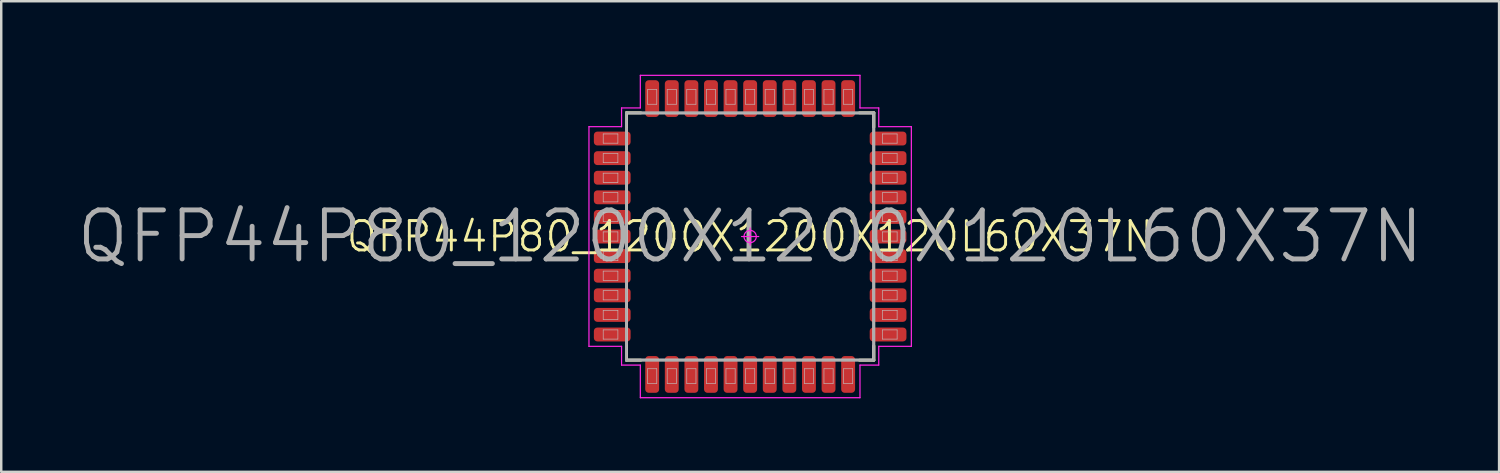
<source format=kicad_pcb>
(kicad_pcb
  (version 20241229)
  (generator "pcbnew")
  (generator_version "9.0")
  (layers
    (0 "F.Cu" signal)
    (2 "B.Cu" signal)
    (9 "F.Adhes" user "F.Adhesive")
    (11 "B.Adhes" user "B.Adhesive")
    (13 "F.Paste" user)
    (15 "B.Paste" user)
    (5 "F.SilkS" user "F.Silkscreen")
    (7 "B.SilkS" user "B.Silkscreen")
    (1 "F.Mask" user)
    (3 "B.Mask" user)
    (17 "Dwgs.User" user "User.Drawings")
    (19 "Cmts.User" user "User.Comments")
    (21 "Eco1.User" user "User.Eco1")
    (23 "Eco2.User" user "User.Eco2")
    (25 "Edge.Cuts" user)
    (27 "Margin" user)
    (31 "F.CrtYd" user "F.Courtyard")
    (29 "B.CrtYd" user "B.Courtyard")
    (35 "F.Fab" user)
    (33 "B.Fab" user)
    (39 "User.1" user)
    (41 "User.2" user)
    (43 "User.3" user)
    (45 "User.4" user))
  (footprint "QFP44P80_1200X1200X120L60X37N"
    (layer "F.Cu")
    (at 27.576 6.606)
    (property "Reference" "QFP44P80_1200X1200X120L60X37N" (at 0 0 0) (layer "F.SilkS") (effects (font (size 1.2 1.2) (thickness 0.12))))
    (attr smd)
    (fp_line (start -5.05 -5.05) (end -5.05 -4.464) (stroke (width 0.12) (type solid)) (layer "F.SilkS"))
    (fp_line (start -5.05 5.05) (end -5.05 4.464) (stroke (width 0.12) (type solid)) (layer "F.SilkS"))
    (fp_line (start -4.464 -5.05) (end -5.05 -5.05) (stroke (width 0.12) (type solid)) (layer "F.SilkS"))
    (fp_line (start -4.464 5.05) (end -5.05 5.05) (stroke (width 0.12) (type solid)) (layer "F.SilkS"))
    (fp_line (start 4.464 -5.05) (end 5.05 -5.05) (stroke (width 0.12) (type solid)) (layer "F.SilkS"))
    (fp_line (start 4.464 5.05) (end 5.05 5.05) (stroke (width 0.12) (type solid)) (layer "F.SilkS"))
    (fp_line (start 5.05 -5.05) (end 5.05 -4.464) (stroke (width 0.12) (type solid)) (layer "F.SilkS"))
    (fp_line (start 5.05 5.05) (end 5.05 4.464) (stroke (width 0.12) (type solid)) (layer "F.SilkS"))
    (fp_line (start -6 -4.188) (end -5.4 -4.188) (stroke (width 0.025) (type solid)) (layer "Dwgs.User"))
    (fp_line (start -6 -3.812) (end -6 -4.188) (stroke (width 0.025) (type solid)) (layer "Dwgs.User"))
    (fp_line (start -6 -3.388) (end -5.4 -3.388) (stroke (width 0.025) (type solid)) (layer "Dwgs.User"))
    (fp_line (start -6 -3.013) (end -6 -3.388) (stroke (width 0.025) (type solid)) (layer "Dwgs.User"))
    (fp_line (start -6 -2.587) (end -5.4 -2.587) (stroke (width 0.025) (type solid)) (layer "Dwgs.User"))
    (fp_line (start -6 -2.212) (end -6 -2.587) (stroke (width 0.025) (type solid)) (layer "Dwgs.User"))
    (fp_line (start -6 -1.788) (end -5.4 -1.788) (stroke (width 0.025) (type solid)) (layer "Dwgs.User"))
    (fp_line (start -6 -1.413) (end -6 -1.788) (stroke (width 0.025) (type solid)) (layer "Dwgs.User"))
    (fp_line (start -6 -0.988) (end -5.4 -0.988) (stroke (width 0.025) (type solid)) (layer "Dwgs.User"))
    (fp_line (start -6 -0.613) (end -6 -0.988) (stroke (width 0.025) (type solid)) (layer "Dwgs.User"))
    (fp_line (start -6 -0.188) (end -5.4 -0.188) (stroke (width 0.025) (type solid)) (layer "Dwgs.User"))
    (fp_line (start -6 0.188) (end -6 -0.188) (stroke (width 0.025) (type solid)) (layer "Dwgs.User"))
    (fp_line (start -6 0.613) (end -5.4 0.613) (stroke (width 0.025) (type solid)) (layer "Dwgs.User"))
    (fp_line (start -6 0.988) (end -6 0.613) (stroke (width 0.025) (type solid)) (layer "Dwgs.User"))
    (fp_line (start -6 1.413) (end -5.4 1.413) (stroke (width 0.025) (type solid)) (layer "Dwgs.User"))
    (fp_line (start -6 1.788) (end -6 1.413) (stroke (width 0.025) (type solid)) (layer "Dwgs.User"))
    (fp_line (start -6 2.212) (end -5.4 2.212) (stroke (width 0.025) (type solid)) (layer "Dwgs.User"))
    (fp_line (start -6 2.587) (end -6 2.212) (stroke (width 0.025) (type solid)) (layer "Dwgs.User"))
    (fp_line (start -6 3.013) (end -5.4 3.013) (stroke (width 0.025) (type solid)) (layer "Dwgs.User"))
    (fp_line (start -6 3.388) (end -6 3.013) (stroke (width 0.025) (type solid)) (layer "Dwgs.User"))
    (fp_line (start -6 3.812) (end -5.4 3.812) (stroke (width 0.025) (type solid)) (layer "Dwgs.User"))
    (fp_line (start -6 4.188) (end -6 3.812) (stroke (width 0.025) (type solid)) (layer "Dwgs.User"))
    (fp_line (start -5.4 -4.188) (end -5.4 -3.812) (stroke (width 0.025) (type solid)) (layer "Dwgs.User"))
    (fp_line (start -5.4 -3.812) (end -6 -3.812) (stroke (width 0.025) (type solid)) (layer "Dwgs.User"))
    (fp_line (start -5.4 -3.388) (end -5.4 -3.013) (stroke (width 0.025) (type solid)) (layer "Dwgs.User"))
    (fp_line (start -5.4 -3.013) (end -6 -3.013) (stroke (width 0.025) (type solid)) (layer "Dwgs.User"))
    (fp_line (start -5.4 -2.587) (end -5.4 -2.212) (stroke (width 0.025) (type solid)) (layer "Dwgs.User"))
    (fp_line (start -5.4 -2.212) (end -6 -2.212) (stroke (width 0.025) (type solid)) (layer "Dwgs.User"))
    (fp_line (start -5.4 -1.788) (end -5.4 -1.413) (stroke (width 0.025) (type solid)) (layer "Dwgs.User"))
    (fp_line (start -5.4 -1.413) (end -6 -1.413) (stroke (width 0.025) (type solid)) (layer "Dwgs.User"))
    (fp_line (start -5.4 -0.988) (end -5.4 -0.613) (stroke (width 0.025) (type solid)) (layer "Dwgs.User"))
    (fp_line (start -5.4 -0.613) (end -6 -0.613) (stroke (width 0.025) (type solid)) (layer "Dwgs.User"))
    (fp_line (start -5.4 -0.188) (end -5.4 0.188) (stroke (width 0.025) (type solid)) (layer "Dwgs.User"))
    (fp_line (start -5.4 0.188) (end -6 0.188) (stroke (width 0.025) (type solid)) (layer "Dwgs.User"))
    (fp_line (start -5.4 0.613) (end -5.4 0.988) (stroke (width 0.025) (type solid)) (layer "Dwgs.User"))
    (fp_line (start -5.4 0.988) (end -6 0.988) (stroke (width 0.025) (type solid)) (layer "Dwgs.User"))
    (fp_line (start -5.4 1.413) (end -5.4 1.788) (stroke (width 0.025) (type solid)) (layer "Dwgs.User"))
    (fp_line (start -5.4 1.788) (end -6 1.788) (stroke (width 0.025) (type solid)) (layer "Dwgs.User"))
    (fp_line (start -5.4 2.212) (end -5.4 2.587) (stroke (width 0.025) (type solid)) (layer "Dwgs.User"))
    (fp_line (start -5.4 2.587) (end -6 2.587) (stroke (width 0.025) (type solid)) (layer "Dwgs.User"))
    (fp_line (start -5.4 3.013) (end -5.4 3.388) (stroke (width 0.025) (type solid)) (layer "Dwgs.User"))
    (fp_line (start -5.4 3.388) (end -6 3.388) (stroke (width 0.025) (type solid)) (layer "Dwgs.User"))
    (fp_line (start -5.4 3.812) (end -5.4 4.188) (stroke (width 0.025) (type solid)) (layer "Dwgs.User"))
    (fp_line (start -5.4 4.188) (end -6 4.188) (stroke (width 0.025) (type solid)) (layer "Dwgs.User"))
    (fp_line (start -5 -5) (end 5 -5) (stroke (width 0.025) (type solid)) (layer "Dwgs.User"))
    (fp_line (start -5 5) (end -5 -5) (stroke (width 0.025) (type solid)) (layer "Dwgs.User"))
    (fp_line (start -4.188 -6) (end -3.812 -6) (stroke (width 0.025) (type solid)) (layer "Dwgs.User"))
    (fp_line (start -4.188 -5.4) (end -4.188 -6) (stroke (width 0.025) (type solid)) (layer "Dwgs.User"))
    (fp_line (start -4.188 5.4) (end -3.812 5.4) (stroke (width 0.025) (type solid)) (layer "Dwgs.User"))
    (fp_line (start -4.188 6) (end -4.188 5.4) (stroke (width 0.025) (type solid)) (layer "Dwgs.User"))
    (fp_line (start -3.812 -6) (end -3.812 -5.4) (stroke (width 0.025) (type solid)) (layer "Dwgs.User"))
    (fp_line (start -3.812 -5.4) (end -4.188 -5.4) (stroke (width 0.025) (type solid)) (layer "Dwgs.User"))
    (fp_line (start -3.812 5.4) (end -3.812 6) (stroke (width 0.025) (type solid)) (layer "Dwgs.User"))
    (fp_line (start -3.812 6) (end -4.188 6) (stroke (width 0.025) (type solid)) (layer "Dwgs.User"))
    (fp_line (start -3.388 -6) (end -3.013 -6) (stroke (width 0.025) (type solid)) (layer "Dwgs.User"))
    (fp_line (start -3.388 -5.4) (end -3.388 -6) (stroke (width 0.025) (type solid)) (layer "Dwgs.User"))
    (fp_line (start -3.388 5.4) (end -3.013 5.4) (stroke (width 0.025) (type solid)) (layer "Dwgs.User"))
    (fp_line (start -3.388 6) (end -3.388 5.4) (stroke (width 0.025) (type solid)) (layer "Dwgs.User"))
    (fp_line (start -3.013 -6) (end -3.013 -5.4) (stroke (width 0.025) (type solid)) (layer "Dwgs.User"))
    (fp_line (start -3.013 -5.4) (end -3.388 -5.4) (stroke (width 0.025) (type solid)) (layer "Dwgs.User"))
    (fp_line (start -3.013 5.4) (end -3.013 6) (stroke (width 0.025) (type solid)) (layer "Dwgs.User"))
    (fp_line (start -3.013 6) (end -3.388 6) (stroke (width 0.025) (type solid)) (layer "Dwgs.User"))
    (fp_line (start -2.587 -6) (end -2.212 -6) (stroke (width 0.025) (type solid)) (layer "Dwgs.User"))
    (fp_line (start -2.587 -5.4) (end -2.587 -6) (stroke (width 0.025) (type solid)) (layer "Dwgs.User"))
    (fp_line (start -2.587 5.4) (end -2.212 5.4) (stroke (width 0.025) (type solid)) (layer "Dwgs.User"))
    (fp_line (start -2.587 6) (end -2.587 5.4) (stroke (width 0.025) (type solid)) (layer "Dwgs.User"))
    (fp_line (start -2.212 -6) (end -2.212 -5.4) (stroke (width 0.025) (type solid)) (layer "Dwgs.User"))
    (fp_line (start -2.212 -5.4) (end -2.587 -5.4) (stroke (width 0.025) (type solid)) (layer "Dwgs.User"))
    (fp_line (start -2.212 5.4) (end -2.212 6) (stroke (width 0.025) (type solid)) (layer "Dwgs.User"))
    (fp_line (start -2.212 6) (end -2.587 6) (stroke (width 0.025) (type solid)) (layer "Dwgs.User"))
    (fp_line (start -1.788 -6) (end -1.413 -6) (stroke (width 0.025) (type solid)) (layer "Dwgs.User"))
    (fp_line (start -1.788 -5.4) (end -1.788 -6) (stroke (width 0.025) (type solid)) (layer "Dwgs.User"))
    (fp_line (start -1.788 5.4) (end -1.413 5.4) (stroke (width 0.025) (type solid)) (layer "Dwgs.User"))
    (fp_line (start -1.788 6) (end -1.788 5.4) (stroke (width 0.025) (type solid)) (layer "Dwgs.User"))
    (fp_line (start -1.413 -6) (end -1.413 -5.4) (stroke (width 0.025) (type solid)) (layer "Dwgs.User"))
    (fp_line (start -1.413 -5.4) (end -1.788 -5.4) (stroke (width 0.025) (type solid)) (layer "Dwgs.User"))
    (fp_line (start -1.413 5.4) (end -1.413 6) (stroke (width 0.025) (type solid)) (layer "Dwgs.User"))
    (fp_line (start -1.413 6) (end -1.788 6) (stroke (width 0.025) (type solid)) (layer "Dwgs.User"))
    (fp_line (start -0.988 -6) (end -0.613 -6) (stroke (width 0.025) (type solid)) (layer "Dwgs.User"))
    (fp_line (start -0.988 -5.4) (end -0.988 -6) (stroke (width 0.025) (type solid)) (layer "Dwgs.User"))
    (fp_line (start -0.988 5.4) (end -0.613 5.4) (stroke (width 0.025) (type solid)) (layer "Dwgs.User"))
    (fp_line (start -0.988 6) (end -0.988 5.4) (stroke (width 0.025) (type solid)) (layer "Dwgs.User"))
    (fp_line (start -0.613 -6) (end -0.613 -5.4) (stroke (width 0.025) (type solid)) (layer "Dwgs.User"))
    (fp_line (start -0.613 -5.4) (end -0.988 -5.4) (stroke (width 0.025) (type solid)) (layer "Dwgs.User"))
    (fp_line (start -0.613 5.4) (end -0.613 6) (stroke (width 0.025) (type solid)) (layer "Dwgs.User"))
    (fp_line (start -0.613 6) (end -0.988 6) (stroke (width 0.025) (type solid)) (layer "Dwgs.User"))
    (fp_line (start -0.188 -6) (end 0.188 -6) (stroke (width 0.025) (type solid)) (layer "Dwgs.User"))
    (fp_line (start -0.188 -5.4) (end -0.188 -6) (stroke (width 0.025) (type solid)) (layer "Dwgs.User"))
    (fp_line (start -0.188 5.4) (end 0.188 5.4) (stroke (width 0.025) (type solid)) (layer "Dwgs.User"))
    (fp_line (start -0.188 6) (end -0.188 5.4) (stroke (width 0.025) (type solid)) (layer "Dwgs.User"))
    (fp_line (start 0.188 -6) (end 0.188 -5.4) (stroke (width 0.025) (type solid)) (layer "Dwgs.User"))
    (fp_line (start 0.188 -5.4) (end -0.188 -5.4) (stroke (width 0.025) (type solid)) (layer "Dwgs.User"))
    (fp_line (start 0.188 5.4) (end 0.188 6) (stroke (width 0.025) (type solid)) (layer "Dwgs.User"))
    (fp_line (start 0.188 6) (end -0.188 6) (stroke (width 0.025) (type solid)) (layer "Dwgs.User"))
    (fp_line (start 0.613 -6) (end 0.988 -6) (stroke (width 0.025) (type solid)) (layer "Dwgs.User"))
    (fp_line (start 0.613 -5.4) (end 0.613 -6) (stroke (width 0.025) (type solid)) (layer "Dwgs.User"))
    (fp_line (start 0.613 5.4) (end 0.988 5.4) (stroke (width 0.025) (type solid)) (layer "Dwgs.User"))
    (fp_line (start 0.613 6) (end 0.613 5.4) (stroke (width 0.025) (type solid)) (layer "Dwgs.User"))
    (fp_line (start 0.988 -6) (end 0.988 -5.4) (stroke (width 0.025) (type solid)) (layer "Dwgs.User"))
    (fp_line (start 0.988 -5.4) (end 0.613 -5.4) (stroke (width 0.025) (type solid)) (layer "Dwgs.User"))
    (fp_line (start 0.988 5.4) (end 0.988 6) (stroke (width 0.025) (type solid)) (layer "Dwgs.User"))
    (fp_line (start 0.988 6) (end 0.613 6) (stroke (width 0.025) (type solid)) (layer "Dwgs.User"))
    (fp_line (start 1.413 -6) (end 1.788 -6) (stroke (width 0.025) (type solid)) (layer "Dwgs.User"))
    (fp_line (start 1.413 -5.4) (end 1.413 -6) (stroke (width 0.025) (type solid)) (layer "Dwgs.User"))
    (fp_line (start 1.413 5.4) (end 1.788 5.4) (stroke (width 0.025) (type solid)) (layer "Dwgs.User"))
    (fp_line (start 1.413 6) (end 1.413 5.4) (stroke (width 0.025) (type solid)) (layer "Dwgs.User"))
    (fp_line (start 1.788 -6) (end 1.788 -5.4) (stroke (width 0.025) (type solid)) (layer "Dwgs.User"))
    (fp_line (start 1.788 -5.4) (end 1.413 -5.4) (stroke (width 0.025) (type solid)) (layer "Dwgs.User"))
    (fp_line (start 1.788 5.4) (end 1.788 6) (stroke (width 0.025) (type solid)) (layer "Dwgs.User"))
    (fp_line (start 1.788 6) (end 1.413 6) (stroke (width 0.025) (type solid)) (layer "Dwgs.User"))
    (fp_line (start 2.212 -6) (end 2.587 -6) (stroke (width 0.025) (type solid)) (layer "Dwgs.User"))
    (fp_line (start 2.212 -5.4) (end 2.212 -6) (stroke (width 0.025) (type solid)) (layer "Dwgs.User"))
    (fp_line (start 2.212 5.4) (end 2.587 5.4) (stroke (width 0.025) (type solid)) (layer "Dwgs.User"))
    (fp_line (start 2.212 6) (end 2.212 5.4) (stroke (width 0.025) (type solid)) (layer "Dwgs.User"))
    (fp_line (start 2.587 -6) (end 2.587 -5.4) (stroke (width 0.025) (type solid)) (layer "Dwgs.User"))
    (fp_line (start 2.587 -5.4) (end 2.212 -5.4) (stroke (width 0.025) (type solid)) (layer "Dwgs.User"))
    (fp_line (start 2.587 5.4) (end 2.587 6) (stroke (width 0.025) (type solid)) (layer "Dwgs.User"))
    (fp_line (start 2.587 6) (end 2.212 6) (stroke (width 0.025) (type solid)) (layer "Dwgs.User"))
    (fp_line (start 3.013 -6) (end 3.388 -6) (stroke (width 0.025) (type solid)) (layer "Dwgs.User"))
    (fp_line (start 3.013 -5.4) (end 3.013 -6) (stroke (width 0.025) (type solid)) (layer "Dwgs.User"))
    (fp_line (start 3.013 5.4) (end 3.388 5.4) (stroke (width 0.025) (type solid)) (layer "Dwgs.User"))
    (fp_line (start 3.013 6) (end 3.013 5.4) (stroke (width 0.025) (type solid)) (layer "Dwgs.User"))
    (fp_line (start 3.388 -6) (end 3.388 -5.4) (stroke (width 0.025) (type solid)) (layer "Dwgs.User"))
    (fp_line (start 3.388 -5.4) (end 3.013 -5.4) (stroke (width 0.025) (type solid)) (layer "Dwgs.User"))
    (fp_line (start 3.388 5.4) (end 3.388 6) (stroke (width 0.025) (type solid)) (layer "Dwgs.User"))
    (fp_line (start 3.388 6) (end 3.013 6) (stroke (width 0.025) (type solid)) (layer "Dwgs.User"))
    (fp_line (start 3.812 -6) (end 4.188 -6) (stroke (width 0.025) (type solid)) (layer "Dwgs.User"))
    (fp_line (start 3.812 -5.4) (end 3.812 -6) (stroke (width 0.025) (type solid)) (layer "Dwgs.User"))
    (fp_line (start 3.812 5.4) (end 4.188 5.4) (stroke (width 0.025) (type solid)) (layer "Dwgs.User"))
    (fp_line (start 3.812 6) (end 3.812 5.4) (stroke (width 0.025) (type solid)) (layer "Dwgs.User"))
    (fp_line (start 4.188 -6) (end 4.188 -5.4) (stroke (width 0.025) (type solid)) (layer "Dwgs.User"))
    (fp_line (start 4.188 -5.4) (end 3.812 -5.4) (stroke (width 0.025) (type solid)) (layer "Dwgs.User"))
    (fp_line (start 4.188 5.4) (end 4.188 6) (stroke (width 0.025) (type solid)) (layer "Dwgs.User"))
    (fp_line (start 4.188 6) (end 3.812 6) (stroke (width 0.025) (type solid)) (layer "Dwgs.User"))
    (fp_line (start 5 -5) (end 5 5) (stroke (width 0.025) (type solid)) (layer "Dwgs.User"))
    (fp_line (start 5 5) (end -5 5) (stroke (width 0.025) (type solid)) (layer "Dwgs.User"))
    (fp_line (start 5.4 -4.188) (end 6 -4.188) (stroke (width 0.025) (type solid)) (layer "Dwgs.User"))
    (fp_line (start 5.4 -3.812) (end 5.4 -4.188) (stroke (width 0.025) (type solid)) (layer "Dwgs.User"))
    (fp_line (start 5.4 -3.388) (end 6 -3.388) (stroke (width 0.025) (type solid)) (layer "Dwgs.User"))
    (fp_line (start 5.4 -3.013) (end 5.4 -3.388) (stroke (width 0.025) (type solid)) (layer "Dwgs.User"))
    (fp_line (start 5.4 -2.587) (end 6 -2.587) (stroke (width 0.025) (type solid)) (layer "Dwgs.User"))
    (fp_line (start 5.4 -2.212) (end 5.4 -2.587) (stroke (width 0.025) (type solid)) (layer "Dwgs.User"))
    (fp_line (start 5.4 -1.788) (end 6 -1.788) (stroke (width 0.025) (type solid)) (layer "Dwgs.User"))
    (fp_line (start 5.4 -1.413) (end 5.4 -1.788) (stroke (width 0.025) (type solid)) (layer "Dwgs.User"))
    (fp_line (start 5.4 -0.988) (end 6 -0.988) (stroke (width 0.025) (type solid)) (layer "Dwgs.User"))
    (fp_line (start 5.4 -0.613) (end 5.4 -0.988) (stroke (width 0.025) (type solid)) (layer "Dwgs.User"))
    (fp_line (start 5.4 -0.188) (end 6 -0.188) (stroke (width 0.025) (type solid)) (layer "Dwgs.User"))
    (fp_line (start 5.4 0.188) (end 5.4 -0.188) (stroke (width 0.025) (type solid)) (layer "Dwgs.User"))
    (fp_line (start 5.4 0.613) (end 6 0.613) (stroke (width 0.025) (type solid)) (layer "Dwgs.User"))
    (fp_line (start 5.4 0.988) (end 5.4 0.613) (stroke (width 0.025) (type solid)) (layer "Dwgs.User"))
    (fp_line (start 5.4 1.413) (end 6 1.413) (stroke (width 0.025) (type solid)) (layer "Dwgs.User"))
    (fp_line (start 5.4 1.788) (end 5.4 1.413) (stroke (width 0.025) (type solid)) (layer "Dwgs.User"))
    (fp_line (start 5.4 2.212) (end 6 2.212) (stroke (width 0.025) (type solid)) (layer "Dwgs.User"))
    (fp_line (start 5.4 2.587) (end 5.4 2.212) (stroke (width 0.025) (type solid)) (layer "Dwgs.User"))
    (fp_line (start 5.4 3.013) (end 6 3.013) (stroke (width 0.025) (type solid)) (layer "Dwgs.User"))
    (fp_line (start 5.4 3.388) (end 5.4 3.013) (stroke (width 0.025) (type solid)) (layer "Dwgs.User"))
    (fp_line (start 5.4 3.812) (end 6 3.812) (stroke (width 0.025) (type solid)) (layer "Dwgs.User"))
    (fp_line (start 5.4 4.188) (end 5.4 3.812) (stroke (width 0.025) (type solid)) (layer "Dwgs.User"))
    (fp_line (start 6 -4.188) (end 6 -3.812) (stroke (width 0.025) (type solid)) (layer "Dwgs.User"))
    (fp_line (start 6 -3.812) (end 5.4 -3.812) (stroke (width 0.025) (type solid)) (layer "Dwgs.User"))
    (fp_line (start 6 -3.388) (end 6 -3.013) (stroke (width 0.025) (type solid)) (layer "Dwgs.User"))
    (fp_line (start 6 -3.013) (end 5.4 -3.013) (stroke (width 0.025) (type solid)) (layer "Dwgs.User"))
    (fp_line (start 6 -2.587) (end 6 -2.212) (stroke (width 0.025) (type solid)) (layer "Dwgs.User"))
    (fp_line (start 6 -2.212) (end 5.4 -2.212) (stroke (width 0.025) (type solid)) (layer "Dwgs.User"))
    (fp_line (start 6 -1.788) (end 6 -1.413) (stroke (width 0.025) (type solid)) (layer "Dwgs.User"))
    (fp_line (start 6 -1.413) (end 5.4 -1.413) (stroke (width 0.025) (type solid)) (layer "Dwgs.User"))
    (fp_line (start 6 -0.988) (end 6 -0.613) (stroke (width 0.025) (type solid)) (layer "Dwgs.User"))
    (fp_line (start 6 -0.613) (end 5.4 -0.613) (stroke (width 0.025) (type solid)) (layer "Dwgs.User"))
    (fp_line (start 6 -0.188) (end 6 0.188) (stroke (width 0.025) (type solid)) (layer "Dwgs.User"))
    (fp_line (start 6 0.188) (end 5.4 0.188) (stroke (width 0.025) (type solid)) (layer "Dwgs.User"))
    (fp_line (start 6 0.613) (end 6 0.988) (stroke (width 0.025) (type solid)) (layer "Dwgs.User"))
    (fp_line (start 6 0.988) (end 5.4 0.988) (stroke (width 0.025) (type solid)) (layer "Dwgs.User"))
    (fp_line (start 6 1.413) (end 6 1.788) (stroke (width 0.025) (type solid)) (layer "Dwgs.User"))
    (fp_line (start 6 1.788) (end 5.4 1.788) (stroke (width 0.025) (type solid)) (layer "Dwgs.User"))
    (fp_line (start 6 2.212) (end 6 2.587) (stroke (width 0.025) (type solid)) (layer "Dwgs.User"))
    (fp_line (start 6 2.587) (end 5.4 2.587) (stroke (width 0.025) (type solid)) (layer "Dwgs.User"))
    (fp_line (start 6 3.013) (end 6 3.388) (stroke (width 0.025) (type solid)) (layer "Dwgs.User"))
    (fp_line (start 6 3.388) (end 5.4 3.388) (stroke (width 0.025) (type solid)) (layer "Dwgs.User"))
    (fp_line (start 6 3.812) (end 6 4.188) (stroke (width 0.025) (type solid)) (layer "Dwgs.User"))
    (fp_line (start 6 4.188) (end 5.4 4.188) (stroke (width 0.025) (type solid)) (layer "Dwgs.User"))
    (fp_line (start -6.581 -4.484) (end -6.581 4.484) (stroke (width 0.05) (type solid)) (layer "F.CrtYd"))
    (fp_line (start -6.581 4.484) (end -5.25 4.484) (stroke (width 0.05) (type solid)) (layer "F.CrtYd"))
    (fp_line (start -5.25 -5.25) (end -5.25 -4.484) (stroke (width 0.05) (type solid)) (layer "F.CrtYd"))
    (fp_line (start -5.25 -4.484) (end -6.581 -4.484) (stroke (width 0.05) (type solid)) (layer "F.CrtYd"))
    (fp_line (start -5.25 4.484) (end -5.25 5.25) (stroke (width 0.05) (type solid)) (layer "F.CrtYd"))
    (fp_line (start -5.25 5.25) (end -4.484 5.25) (stroke (width 0.05) (type solid)) (layer "F.CrtYd"))
    (fp_line (start -4.484 -6.581) (end -4.484 -5.25) (stroke (width 0.05) (type solid)) (layer "F.CrtYd"))
    (fp_line (start -4.484 -5.25) (end -5.25 -5.25) (stroke (width 0.05) (type solid)) (layer "F.CrtYd"))
    (fp_line (start -4.484 5.25) (end -4.484 6.581) (stroke (width 0.05) (type solid)) (layer "F.CrtYd"))
    (fp_line (start -4.484 6.581) (end 4.484 6.581) (stroke (width 0.05) (type solid)) (layer "F.CrtYd"))
    (fp_line (start -0.35 0) (end 0.35 0) (stroke (width 0.05) (type solid)) (layer "F.CrtYd"))
    (fp_line (start 0 -0.35) (end 0 0.35) (stroke (width 0.05) (type solid)) (layer "F.CrtYd"))
    (fp_line (start 4.484 -6.581) (end -4.484 -6.581) (stroke (width 0.05) (type solid)) (layer "F.CrtYd"))
    (fp_line (start 4.484 -5.25) (end 4.484 -6.581) (stroke (width 0.05) (type solid)) (layer "F.CrtYd"))
    (fp_line (start 4.484 5.25) (end 5.25 5.25) (stroke (width 0.05) (type solid)) (layer "F.CrtYd"))
    (fp_line (start 4.484 6.581) (end 4.484 5.25) (stroke (width 0.05) (type solid)) (layer "F.CrtYd"))
    (fp_line (start 5.25 -5.25) (end 4.484 -5.25) (stroke (width 0.05) (type solid)) (layer "F.CrtYd"))
    (fp_line (start 5.25 -4.484) (end 5.25 -5.25) (stroke (width 0.05) (type solid)) (layer "F.CrtYd"))
    (fp_line (start 5.25 4.484) (end 6.581 4.484) (stroke (width 0.05) (type solid)) (layer "F.CrtYd"))
    (fp_line (start 5.25 5.25) (end 5.25 4.484) (stroke (width 0.05) (type solid)) (layer "F.CrtYd"))
    (fp_line (start 6.581 -4.484) (end 5.25 -4.484) (stroke (width 0.05) (type solid)) (layer "F.CrtYd"))
    (fp_line (start 6.581 4.484) (end 6.581 -4.484) (stroke (width 0.05) (type solid)) (layer "F.CrtYd"))
    (fp_circle (center 0 0) (end 0 0.25) (stroke (width 0.05) (type solid)) (fill no) (layer "F.CrtYd"))
    (fp_line (start -5.05 -5.05) (end 5.05 -5.05) (stroke (width 0.12) (type solid)) (layer "F.Fab"))
    (fp_line (start -5.05 5.05) (end -5.05 -5.05) (stroke (width 0.12) (type solid)) (layer "F.Fab"))
    (fp_line (start 5.05 -5.05) (end 5.05 5.05) (stroke (width 0.12) (type solid)) (layer "F.Fab"))
    (fp_line (start 5.05 5.05) (end -5.05 5.05) (stroke (width 0.12) (type solid)) (layer "F.Fab"))
    (fp_text user "${REFERENCE}" (at 0 0 0) (layer "F.Fab") (effects (font (size 2 2) (thickness 0.2))))
    (pad "1" smd roundrect (at -4 5.631 90) (size 1.5 0.567) (layers "F.Cu" "F.Mask" "F.Paste") (roundrect_rratio 0.25))
    (pad "2" smd roundrect (at -3.2 5.631 90) (size 1.5 0.567) (layers "F.Cu" "F.Mask" "F.Paste") (roundrect_rratio 0.25))
    (pad "3" smd roundrect (at -2.4 5.631 90) (size 1.5 0.567) (layers "F.Cu" "F.Mask" "F.Paste") (roundrect_rratio 0.25))
    (pad "4" smd roundrect (at -1.6 5.631 90) (size 1.5 0.567) (layers "F.Cu" "F.Mask" "F.Paste") (roundrect_rratio 0.25))
    (pad "5" smd roundrect (at -0.8 5.631 90) (size 1.5 0.567) (layers "F.Cu" "F.Mask" "F.Paste") (roundrect_rratio 0.25))
    (pad "6" smd roundrect (at 0 5.631 90) (size 1.5 0.567) (layers "F.Cu" "F.Mask" "F.Paste") (roundrect_rratio 0.25))
    (pad "7" smd roundrect (at 0.8 5.631 90) (size 1.5 0.567) (layers "F.Cu" "F.Mask" "F.Paste") (roundrect_rratio 0.25))
    (pad "8" smd roundrect (at 1.6 5.631 90) (size 1.5 0.567) (layers "F.Cu" "F.Mask" "F.Paste") (roundrect_rratio 0.25))
    (pad "9" smd roundrect (at 2.4 5.631 90) (size 1.5 0.567) (layers "F.Cu" "F.Mask" "F.Paste") (roundrect_rratio 0.25))
    (pad "10" smd roundrect (at 3.2 5.631 90) (size 1.5 0.567) (layers "F.Cu" "F.Mask" "F.Paste") (roundrect_rratio 0.25))
    (pad "11" smd roundrect (at 4 5.631 90) (size 1.5 0.567) (layers "F.Cu" "F.Mask" "F.Paste") (roundrect_rratio 0.25))
    (pad "12" smd roundrect (at 5.631 4) (size 1.5 0.567) (layers "F.Cu" "F.Mask" "F.Paste") (roundrect_rratio 0.25))
    (pad "13" smd roundrect (at 5.631 3.2) (size 1.5 0.567) (layers "F.Cu" "F.Mask" "F.Paste") (roundrect_rratio 0.25))
    (pad "14" smd roundrect (at 5.631 2.4) (size 1.5 0.567) (layers "F.Cu" "F.Mask" "F.Paste") (roundrect_rratio 0.25))
    (pad "15" smd roundrect (at 5.631 1.6) (size 1.5 0.567) (layers "F.Cu" "F.Mask" "F.Paste") (roundrect_rratio 0.25))
    (pad "16" smd roundrect (at 5.631 0.8) (size 1.5 0.567) (layers "F.Cu" "F.Mask" "F.Paste") (roundrect_rratio 0.25))
    (pad "17" smd roundrect (at 5.631 0) (size 1.5 0.567) (layers "F.Cu" "F.Mask" "F.Paste") (roundrect_rratio 0.25))
    (pad "18" smd roundrect (at 5.631 -0.8) (size 1.5 0.567) (layers "F.Cu" "F.Mask" "F.Paste") (roundrect_rratio 0.25))
    (pad "19" smd roundrect (at 5.631 -1.6) (size 1.5 0.567) (layers "F.Cu" "F.Mask" "F.Paste") (roundrect_rratio 0.25))
    (pad "20" smd roundrect (at 5.631 -2.4) (size 1.5 0.567) (layers "F.Cu" "F.Mask" "F.Paste") (roundrect_rratio 0.25))
    (pad "21" smd roundrect (at 5.631 -3.2) (size 1.5 0.567) (layers "F.Cu" "F.Mask" "F.Paste") (roundrect_rratio 0.25))
    (pad "22" smd roundrect (at 5.631 -4) (size 1.5 0.567) (layers "F.Cu" "F.Mask" "F.Paste") (roundrect_rratio 0.25))
    (pad "23" smd roundrect (at 4 -5.631 90) (size 1.5 0.567) (layers "F.Cu" "F.Mask" "F.Paste") (roundrect_rratio 0.25))
    (pad "24" smd roundrect (at 3.2 -5.631 90) (size 1.5 0.567) (layers "F.Cu" "F.Mask" "F.Paste") (roundrect_rratio 0.25))
    (pad "25" smd roundrect (at 2.4 -5.631 90) (size 1.5 0.567) (layers "F.Cu" "F.Mask" "F.Paste") (roundrect_rratio 0.25))
    (pad "26" smd roundrect (at 1.6 -5.631 90) (size 1.5 0.567) (layers "F.Cu" "F.Mask" "F.Paste") (roundrect_rratio 0.25))
    (pad "27" smd roundrect (at 0.8 -5.631 90) (size 1.5 0.567) (layers "F.Cu" "F.Mask" "F.Paste") (roundrect_rratio 0.25))
    (pad "28" smd roundrect (at 0 -5.631 90) (size 1.5 0.567) (layers "F.Cu" "F.Mask" "F.Paste") (roundrect_rratio 0.25))
    (pad "29" smd roundrect (at -0.8 -5.631 90) (size 1.5 0.567) (layers "F.Cu" "F.Mask" "F.Paste") (roundrect_rratio 0.25))
    (pad "30" smd roundrect (at -1.6 -5.631 90) (size 1.5 0.567) (layers "F.Cu" "F.Mask" "F.Paste") (roundrect_rratio 0.25))
    (pad "31" smd roundrect (at -2.4 -5.631 90) (size 1.5 0.567) (layers "F.Cu" "F.Mask" "F.Paste") (roundrect_rratio 0.25))
    (pad "32" smd roundrect (at -3.2 -5.631 90) (size 1.5 0.567) (layers "F.Cu" "F.Mask" "F.Paste") (roundrect_rratio 0.25))
    (pad "33" smd roundrect (at -4 -5.631 90) (size 1.5 0.567) (layers "F.Cu" "F.Mask" "F.Paste") (roundrect_rratio 0.25))
    (pad "34" smd roundrect (at -5.631 -4) (size 1.5 0.567) (layers "F.Cu" "F.Mask" "F.Paste") (roundrect_rratio 0.25))
    (pad "35" smd roundrect (at -5.631 -3.2) (size 1.5 0.567) (layers "F.Cu" "F.Mask" "F.Paste") (roundrect_rratio 0.25))
    (pad "36" smd roundrect (at -5.631 -2.4) (size 1.5 0.567) (layers "F.Cu" "F.Mask" "F.Paste") (roundrect_rratio 0.25))
    (pad "37" smd roundrect (at -5.631 -1.6) (size 1.5 0.567) (layers "F.Cu" "F.Mask" "F.Paste") (roundrect_rratio 0.25))
    (pad "38" smd roundrect (at -5.631 -0.8) (size 1.5 0.567) (layers "F.Cu" "F.Mask" "F.Paste") (roundrect_rratio 0.25))
    (pad "39" smd roundrect (at -5.631 0) (size 1.5 0.567) (layers "F.Cu" "F.Mask" "F.Paste") (roundrect_rratio 0.25))
    (pad "40" smd roundrect (at -5.631 0.8) (size 1.5 0.567) (layers "F.Cu" "F.Mask" "F.Paste") (roundrect_rratio 0.25))
    (pad "41" smd roundrect (at -5.631 1.6) (size 1.5 0.567) (layers "F.Cu" "F.Mask" "F.Paste") (roundrect_rratio 0.25))
    (pad "42" smd roundrect (at -5.631 2.4) (size 1.5 0.567) (layers "F.Cu" "F.Mask" "F.Paste") (roundrect_rratio 0.25))
    (pad "43" smd roundrect (at -5.631 3.2) (size 1.5 0.567) (layers "F.Cu" "F.Mask" "F.Paste") (roundrect_rratio 0.25))
    (pad "44" smd roundrect (at -5.631 4) (size 1.5 0.567) (layers "F.Cu" "F.Mask" "F.Paste") (roundrect_rratio 0.25)))
  (gr_rect
    (start -3 -3)
    (end 58.152 16.212)
    (stroke (width 0.1) (type default))
    (fill no)
    (layer "Edge.Cuts")))
</source>
